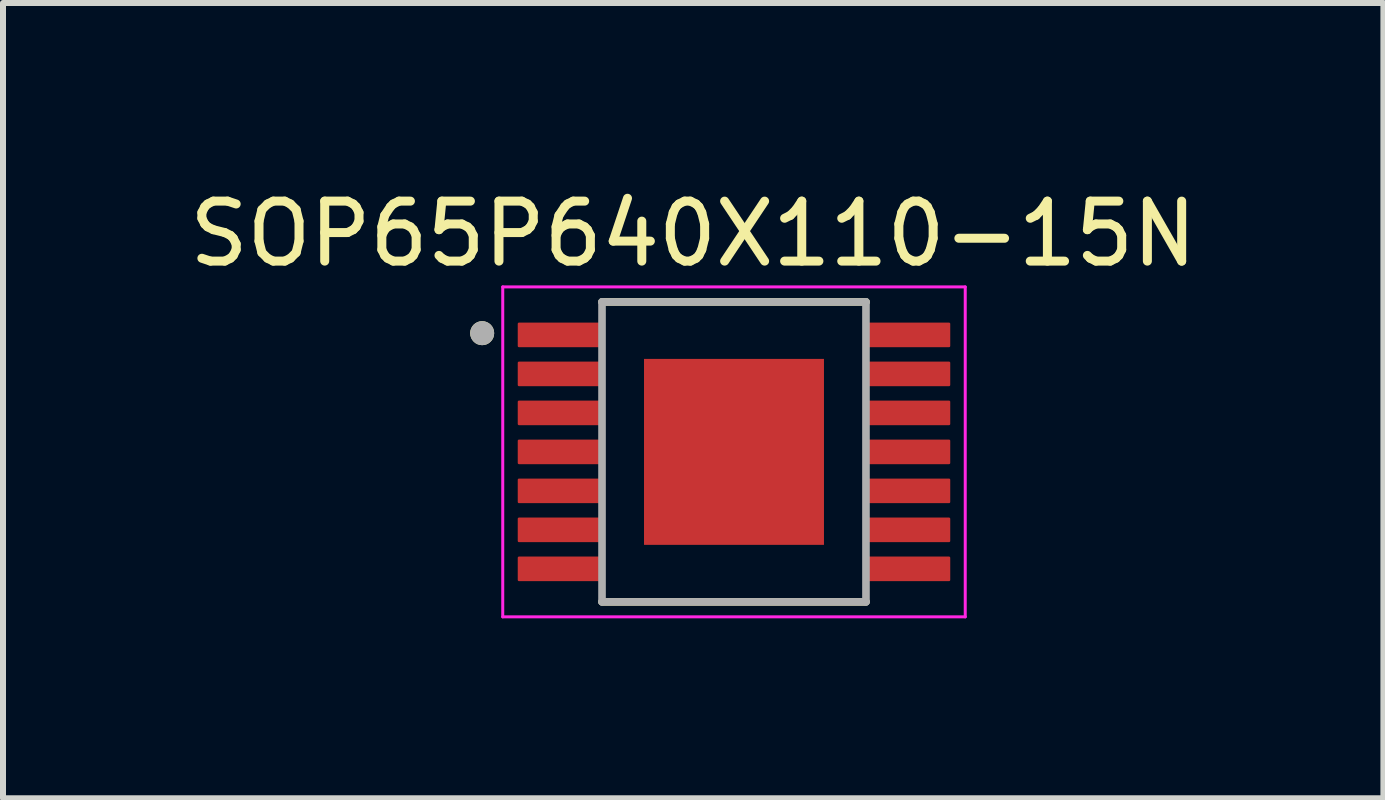
<source format=kicad_pcb>
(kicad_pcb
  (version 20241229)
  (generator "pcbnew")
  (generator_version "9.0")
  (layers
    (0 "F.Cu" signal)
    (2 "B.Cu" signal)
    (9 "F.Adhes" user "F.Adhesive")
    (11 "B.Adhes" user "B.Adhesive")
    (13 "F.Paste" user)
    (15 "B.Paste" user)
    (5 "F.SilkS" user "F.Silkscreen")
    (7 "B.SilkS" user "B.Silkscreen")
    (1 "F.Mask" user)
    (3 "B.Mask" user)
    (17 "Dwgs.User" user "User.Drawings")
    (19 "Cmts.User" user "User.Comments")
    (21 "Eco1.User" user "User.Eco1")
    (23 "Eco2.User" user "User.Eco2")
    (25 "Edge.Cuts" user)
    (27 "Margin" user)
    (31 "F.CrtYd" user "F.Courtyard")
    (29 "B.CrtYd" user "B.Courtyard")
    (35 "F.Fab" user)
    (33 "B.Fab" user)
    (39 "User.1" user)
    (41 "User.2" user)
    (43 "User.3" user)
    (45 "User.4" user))
  (footprint "SOP65P640X110-15N"
    (layer "F.Cu")
    (at 9.186 4.483)
    (property "Reference" "SOP65P640X110-15N" (at -0.68 -3.635 0) (layer "F.SilkS") (effects (font (size 1 1) (thickness 0.15))))
    (attr smd)
    (fp_line (start -2.2 -2.5) (end 2.2 -2.5) (stroke (width 0.127) (type solid)) (layer "F.SilkS"))
    (fp_line (start -2.2 2.5) (end 2.2 2.5) (stroke (width 0.127) (type solid)) (layer "F.SilkS"))
    (fp_circle (center -4.198 -1.979) (end -4.098 -1.979) (stroke (width 0.2) (type solid)) (fill no) (layer "F.SilkS"))
    (fp_poly (pts (xy -0.95 -0.98) (xy 0.95 -0.98) (xy 0.95 0.98) (xy -0.95 0.98)) (stroke (width 0.01) (type solid)) (fill yes) (layer "F.Paste"))
    (fp_line (start -3.855 -2.75) (end -3.855 2.75) (stroke (width 0.05) (type solid)) (layer "F.CrtYd"))
    (fp_line (start -3.855 -2.75) (end 3.855 -2.75) (stroke (width 0.05) (type solid)) (layer "F.CrtYd"))
    (fp_line (start -3.855 2.75) (end 3.855 2.75) (stroke (width 0.05) (type solid)) (layer "F.CrtYd"))
    (fp_line (start 3.855 -2.75) (end 3.855 2.75) (stroke (width 0.05) (type solid)) (layer "F.CrtYd"))
    (fp_line (start -2.2 -2.5) (end -2.2 2.5) (stroke (width 0.127) (type solid)) (layer "F.Fab"))
    (fp_line (start -2.2 -2.5) (end 2.2 -2.5) (stroke (width 0.127) (type solid)) (layer "F.Fab"))
    (fp_line (start -2.2 2.5) (end 2.2 2.5) (stroke (width 0.127) (type solid)) (layer "F.Fab"))
    (fp_line (start 2.2 -2.5) (end 2.2 2.5) (stroke (width 0.127) (type solid)) (layer "F.Fab"))
    (fp_circle (center -4.198 -1.979) (end -4.098 -1.979) (stroke (width 0.2) (type solid)) (fill no) (layer "F.Fab"))
    (pad "1" smd roundrect (at -2.885 -1.95) (size 1.44 0.41) (layers "F.Cu" "F.Mask" "F.Paste") (roundrect_rratio 0.05))
    (pad "2" smd roundrect (at -2.885 -1.3) (size 1.44 0.41) (layers "F.Cu" "F.Mask" "F.Paste") (roundrect_rratio 0.05))
    (pad "3" smd roundrect (at -2.885 -0.65) (size 1.44 0.41) (layers "F.Cu" "F.Mask" "F.Paste") (roundrect_rratio 0.05))
    (pad "4" smd roundrect (at -2.885 0) (size 1.44 0.41) (layers "F.Cu" "F.Mask" "F.Paste") (roundrect_rratio 0.05))
    (pad "5" smd roundrect (at -2.885 0.65) (size 1.44 0.41) (layers "F.Cu" "F.Mask" "F.Paste") (roundrect_rratio 0.05))
    (pad "6" smd roundrect (at -2.885 1.3) (size 1.44 0.41) (layers "F.Cu" "F.Mask" "F.Paste") (roundrect_rratio 0.05))
    (pad "7" smd roundrect (at -2.885 1.95) (size 1.44 0.41) (layers "F.Cu" "F.Mask" "F.Paste") (roundrect_rratio 0.05))
    (pad "8" smd roundrect (at 2.885 1.95) (size 1.44 0.41) (layers "F.Cu" "F.Mask" "F.Paste") (roundrect_rratio 0.05))
    (pad "9" smd roundrect (at 2.885 1.3) (size 1.44 0.41) (layers "F.Cu" "F.Mask" "F.Paste") (roundrect_rratio 0.05))
    (pad "10" smd roundrect (at 2.885 0.65) (size 1.44 0.41) (layers "F.Cu" "F.Mask" "F.Paste") (roundrect_rratio 0.05))
    (pad "11" smd roundrect (at 2.885 0) (size 1.44 0.41) (layers "F.Cu" "F.Mask" "F.Paste") (roundrect_rratio 0.05))
    (pad "12" smd roundrect (at 2.885 -0.65) (size 1.44 0.41) (layers "F.Cu" "F.Mask" "F.Paste") (roundrect_rratio 0.05))
    (pad "13" smd roundrect (at 2.885 -1.3) (size 1.44 0.41) (layers "F.Cu" "F.Mask" "F.Paste") (roundrect_rratio 0.05))
    (pad "14" smd roundrect (at 2.885 -1.95) (size 1.44 0.41) (layers "F.Cu" "F.Mask" "F.Paste") (roundrect_rratio 0.05))
    (pad "15" smd rect (at 0 0) (size 3 3.1) (layers "F.Cu" "F.Mask")))
  (gr_rect
    (start -3 -3)
    (end 20.012 10.258)
    (stroke (width 0.1) (type default))
    (fill no)
    (layer "Edge.Cuts")))
</source>
